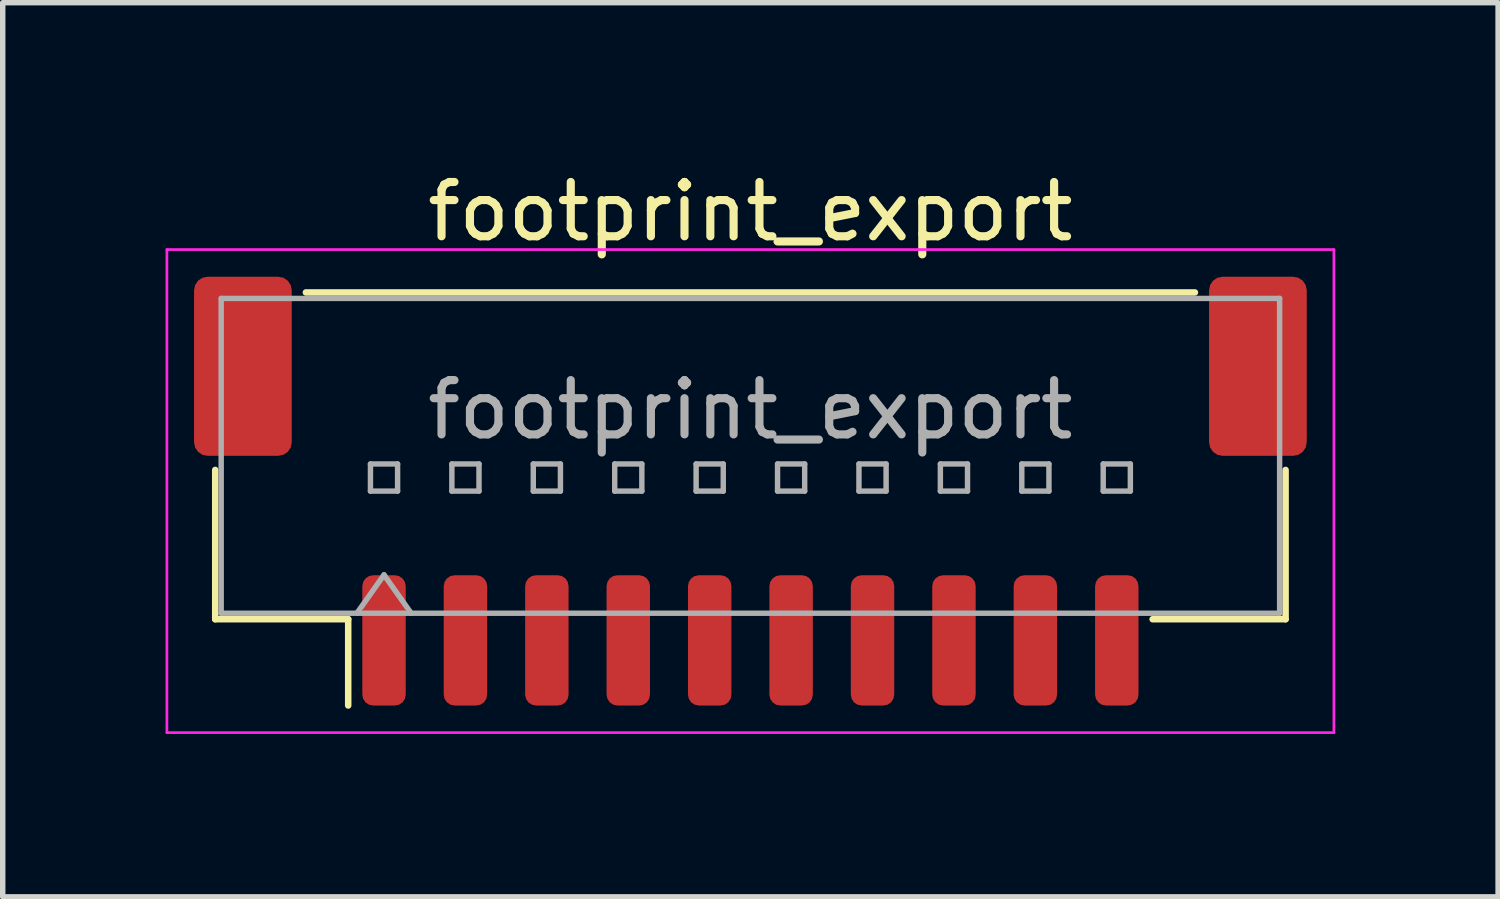
<source format=kicad_pcb>
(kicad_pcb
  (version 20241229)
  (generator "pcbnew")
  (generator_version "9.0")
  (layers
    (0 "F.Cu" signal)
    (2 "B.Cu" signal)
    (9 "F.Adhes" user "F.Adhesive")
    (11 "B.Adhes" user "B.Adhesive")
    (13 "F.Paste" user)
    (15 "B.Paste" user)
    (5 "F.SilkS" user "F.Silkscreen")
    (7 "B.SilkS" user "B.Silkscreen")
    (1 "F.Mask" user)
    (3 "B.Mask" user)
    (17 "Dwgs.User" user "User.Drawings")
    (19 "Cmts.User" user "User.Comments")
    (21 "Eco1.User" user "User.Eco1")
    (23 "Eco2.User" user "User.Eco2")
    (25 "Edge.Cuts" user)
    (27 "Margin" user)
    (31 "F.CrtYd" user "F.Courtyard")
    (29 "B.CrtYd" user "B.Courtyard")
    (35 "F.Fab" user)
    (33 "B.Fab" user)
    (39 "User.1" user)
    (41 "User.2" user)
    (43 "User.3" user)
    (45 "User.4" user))
  (footprint "footprint_export"
    (layer "F.Cu")
    (at 10.775 5.998)
    (property "Reference" "footprint_export" (at 0 -5.15 0) (layer "F.SilkS") (effects (font (size 1 1) (thickness 0.15))))
    (attr smd)
    (fp_line (start -9.86 -0.39) (end -9.86 2.36) (stroke (width 0.12) (type solid)) (layer "F.SilkS"))
    (fp_line (start -9.86 2.36) (end -7.41 2.36) (stroke (width 0.12) (type solid)) (layer "F.SilkS"))
    (fp_line (start -8.19 -3.66) (end 8.19 -3.66) (stroke (width 0.12) (type solid)) (layer "F.SilkS"))
    (fp_line (start -7.41 2.36) (end -7.41 3.95) (stroke (width 0.12) (type solid)) (layer "F.SilkS"))
    (fp_line (start 9.86 -0.39) (end 9.86 2.36) (stroke (width 0.12) (type solid)) (layer "F.SilkS"))
    (fp_line (start 9.86 2.36) (end 7.41 2.36) (stroke (width 0.12) (type solid)) (layer "F.SilkS"))
    (fp_line (start -10.75 -4.45) (end -10.75 4.45) (stroke (width 0.05) (type solid)) (layer "F.CrtYd"))
    (fp_line (start -10.75 4.45) (end 10.75 4.45) (stroke (width 0.05) (type solid)) (layer "F.CrtYd"))
    (fp_line (start 10.75 -4.45) (end -10.75 -4.45) (stroke (width 0.05) (type solid)) (layer "F.CrtYd"))
    (fp_line (start 10.75 4.45) (end 10.75 -4.45) (stroke (width 0.05) (type solid)) (layer "F.CrtYd"))
    (fp_line (start -9.75 -3.55) (end 9.75 -3.55) (stroke (width 0.1) (type solid)) (layer "F.Fab"))
    (fp_line (start -9.75 2.25) (end -9.75 -3.55) (stroke (width 0.1) (type solid)) (layer "F.Fab"))
    (fp_line (start -9.75 2.25) (end 9.75 2.25) (stroke (width 0.1) (type solid)) (layer "F.Fab"))
    (fp_line (start -7.25 2.25) (end -6.75 1.543) (stroke (width 0.1) (type solid)) (layer "F.Fab"))
    (fp_line (start -7 -0.5) (end -7 0) (stroke (width 0.1) (type solid)) (layer "F.Fab"))
    (fp_line (start -7 0) (end -6.5 0) (stroke (width 0.1) (type solid)) (layer "F.Fab"))
    (fp_line (start -6.75 1.543) (end -6.25 2.25) (stroke (width 0.1) (type solid)) (layer "F.Fab"))
    (fp_line (start -6.5 -0.5) (end -7 -0.5) (stroke (width 0.1) (type solid)) (layer "F.Fab"))
    (fp_line (start -6.5 0) (end -6.5 -0.5) (stroke (width 0.1) (type solid)) (layer "F.Fab"))
    (fp_line (start -5.5 -0.5) (end -5.5 0) (stroke (width 0.1) (type solid)) (layer "F.Fab"))
    (fp_line (start -5.5 0) (end -5 0) (stroke (width 0.1) (type solid)) (layer "F.Fab"))
    (fp_line (start -5 -0.5) (end -5.5 -0.5) (stroke (width 0.1) (type solid)) (layer "F.Fab"))
    (fp_line (start -5 0) (end -5 -0.5) (stroke (width 0.1) (type solid)) (layer "F.Fab"))
    (fp_line (start -4 -0.5) (end -4 0) (stroke (width 0.1) (type solid)) (layer "F.Fab"))
    (fp_line (start -4 0) (end -3.5 0) (stroke (width 0.1) (type solid)) (layer "F.Fab"))
    (fp_line (start -3.5 -0.5) (end -4 -0.5) (stroke (width 0.1) (type solid)) (layer "F.Fab"))
    (fp_line (start -3.5 0) (end -3.5 -0.5) (stroke (width 0.1) (type solid)) (layer "F.Fab"))
    (fp_line (start -2.5 -0.5) (end -2.5 0) (stroke (width 0.1) (type solid)) (layer "F.Fab"))
    (fp_line (start -2.5 0) (end -2 0) (stroke (width 0.1) (type solid)) (layer "F.Fab"))
    (fp_line (start -2 -0.5) (end -2.5 -0.5) (stroke (width 0.1) (type solid)) (layer "F.Fab"))
    (fp_line (start -2 0) (end -2 -0.5) (stroke (width 0.1) (type solid)) (layer "F.Fab"))
    (fp_line (start -1 -0.5) (end -1 0) (stroke (width 0.1) (type solid)) (layer "F.Fab"))
    (fp_line (start -1 0) (end -0.5 0) (stroke (width 0.1) (type solid)) (layer "F.Fab"))
    (fp_line (start -0.5 -0.5) (end -1 -0.5) (stroke (width 0.1) (type solid)) (layer "F.Fab"))
    (fp_line (start -0.5 0) (end -0.5 -0.5) (stroke (width 0.1) (type solid)) (layer "F.Fab"))
    (fp_line (start 0.5 -0.5) (end 0.5 0) (stroke (width 0.1) (type solid)) (layer "F.Fab"))
    (fp_line (start 0.5 0) (end 1 0) (stroke (width 0.1) (type solid)) (layer "F.Fab"))
    (fp_line (start 1 -0.5) (end 0.5 -0.5) (stroke (width 0.1) (type solid)) (layer "F.Fab"))
    (fp_line (start 1 0) (end 1 -0.5) (stroke (width 0.1) (type solid)) (layer "F.Fab"))
    (fp_line (start 2 -0.5) (end 2 0) (stroke (width 0.1) (type solid)) (layer "F.Fab"))
    (fp_line (start 2 0) (end 2.5 0) (stroke (width 0.1) (type solid)) (layer "F.Fab"))
    (fp_line (start 2.5 -0.5) (end 2 -0.5) (stroke (width 0.1) (type solid)) (layer "F.Fab"))
    (fp_line (start 2.5 0) (end 2.5 -0.5) (stroke (width 0.1) (type solid)) (layer "F.Fab"))
    (fp_line (start 3.5 -0.5) (end 3.5 0) (stroke (width 0.1) (type solid)) (layer "F.Fab"))
    (fp_line (start 3.5 0) (end 4 0) (stroke (width 0.1) (type solid)) (layer "F.Fab"))
    (fp_line (start 4 -0.5) (end 3.5 -0.5) (stroke (width 0.1) (type solid)) (layer "F.Fab"))
    (fp_line (start 4 0) (end 4 -0.5) (stroke (width 0.1) (type solid)) (layer "F.Fab"))
    (fp_line (start 5 -0.5) (end 5 0) (stroke (width 0.1) (type solid)) (layer "F.Fab"))
    (fp_line (start 5 0) (end 5.5 0) (stroke (width 0.1) (type solid)) (layer "F.Fab"))
    (fp_line (start 5.5 -0.5) (end 5 -0.5) (stroke (width 0.1) (type solid)) (layer "F.Fab"))
    (fp_line (start 5.5 0) (end 5.5 -0.5) (stroke (width 0.1) (type solid)) (layer "F.Fab"))
    (fp_line (start 6.5 -0.5) (end 6.5 0) (stroke (width 0.1) (type solid)) (layer "F.Fab"))
    (fp_line (start 6.5 0) (end 7 0) (stroke (width 0.1) (type solid)) (layer "F.Fab"))
    (fp_line (start 7 -0.5) (end 6.5 -0.5) (stroke (width 0.1) (type solid)) (layer "F.Fab"))
    (fp_line (start 7 0) (end 7 -0.5) (stroke (width 0.1) (type solid)) (layer "F.Fab"))
    (fp_line (start 9.75 2.25) (end 9.75 -3.55) (stroke (width 0.1) (type solid)) (layer "F.Fab"))
    (fp_text user "${REFERENCE}" (at 0 -1.5 0) (layer "F.Fab") (effects (font (size 1 1) (thickness 0.15))))
    (pad "1" smd roundrect (at -6.75 2.75) (size 0.8 2.4) (layers "F.Cu" "F.Mask" "F.Paste") (roundrect_rratio 0.25))
    (pad "2" smd roundrect (at -5.25 2.75) (size 0.8 2.4) (layers "F.Cu" "F.Mask" "F.Paste") (roundrect_rratio 0.25))
    (pad "3" smd roundrect (at -3.75 2.75) (size 0.8 2.4) (layers "F.Cu" "F.Mask" "F.Paste") (roundrect_rratio 0.25))
    (pad "4" smd roundrect (at -2.25 2.75) (size 0.8 2.4) (layers "F.Cu" "F.Mask" "F.Paste") (roundrect_rratio 0.25))
    (pad "5" smd roundrect (at -0.75 2.75) (size 0.8 2.4) (layers "F.Cu" "F.Mask" "F.Paste") (roundrect_rratio 0.25))
    (pad "6" smd roundrect (at 0.75 2.75) (size 0.8 2.4) (layers "F.Cu" "F.Mask" "F.Paste") (roundrect_rratio 0.25))
    (pad "7" smd roundrect (at 2.25 2.75) (size 0.8 2.4) (layers "F.Cu" "F.Mask" "F.Paste") (roundrect_rratio 0.25))
    (pad "8" smd roundrect (at 3.75 2.75) (size 0.8 2.4) (layers "F.Cu" "F.Mask" "F.Paste") (roundrect_rratio 0.25))
    (pad "9" smd roundrect (at 5.25 2.75) (size 0.8 2.4) (layers "F.Cu" "F.Mask" "F.Paste") (roundrect_rratio 0.25))
    (pad "10" smd roundrect (at 6.75 2.75) (size 0.8 2.4) (layers "F.Cu" "F.Mask" "F.Paste") (roundrect_rratio 0.25))
    (pad "MP" smd roundrect (at -9.35 -2.3) (size 1.8 3.3) (layers "F.Cu" "F.Mask" "F.Paste") (roundrect_rratio 0.139))
    (pad "MP" smd roundrect (at 9.35 -2.3) (size 1.8 3.3) (layers "F.Cu" "F.Mask" "F.Paste") (roundrect_rratio 0.139)))
  (gr_rect
    (start -3 -3)
    (end 24.55 13.473)
    (stroke (width 0.1) (type default))
    (fill no)
    (layer "Edge.Cuts")))
</source>
